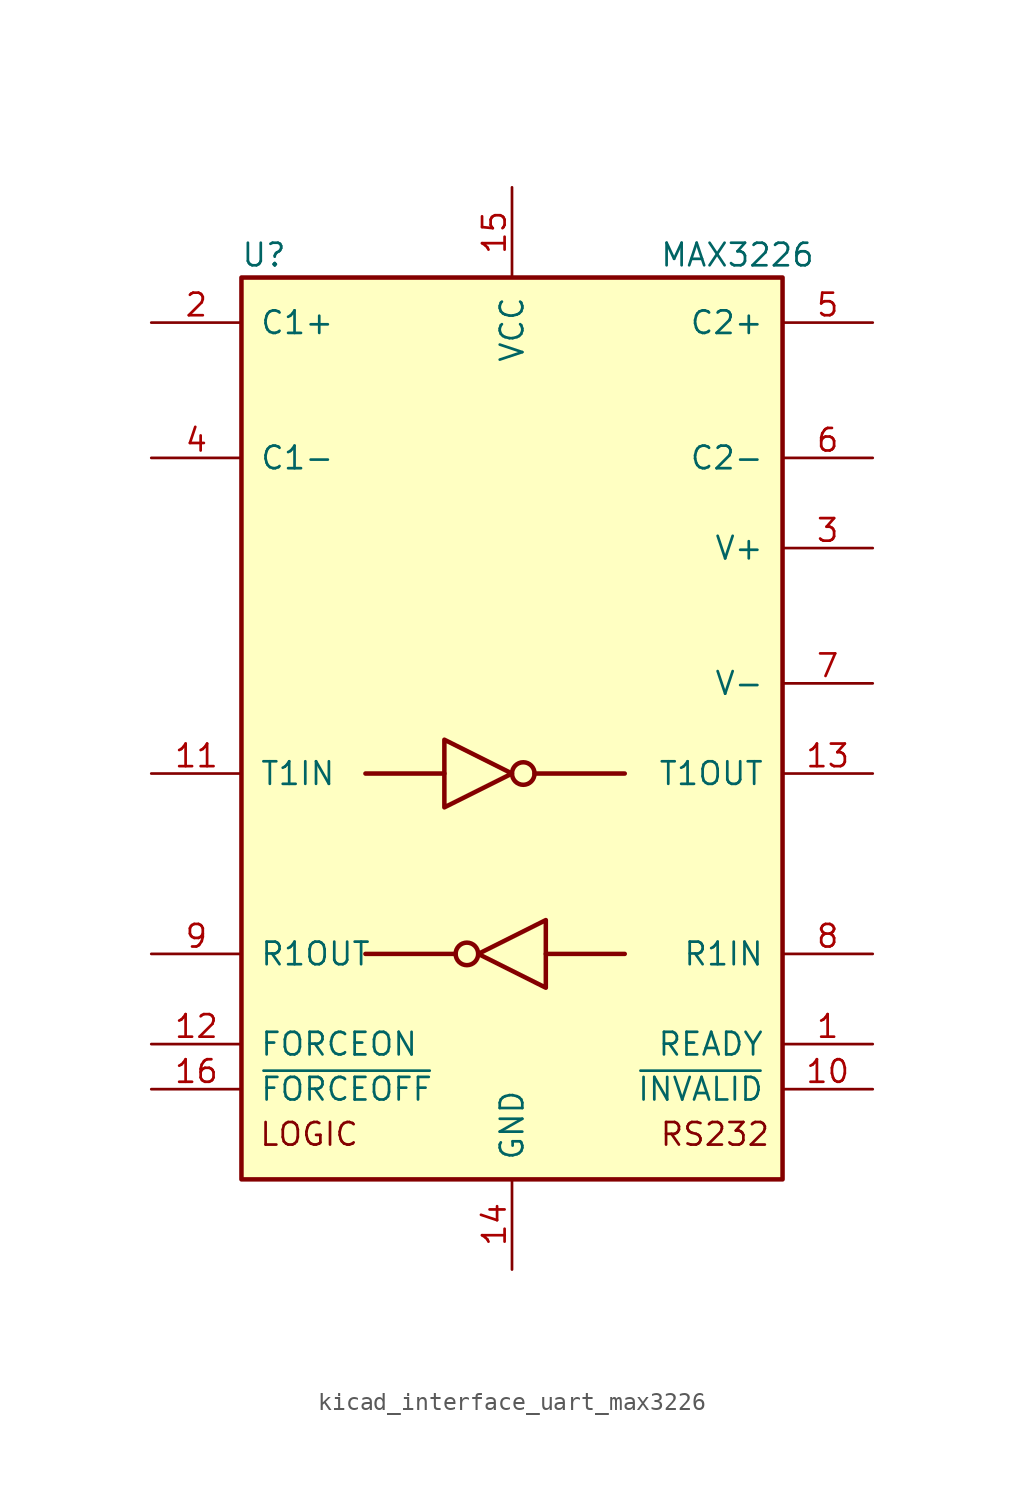
<source format=kicad_sym>
(kicad_symbol_lib
  (version 20220914)
  (generator kicad_symbol_editor)
  (symbol "kicad_interface_uart_max3226"
    (pin_names
      (offset 1.016))
    (property "Reference" "U"
      (at -13.97 26.67 0)
      (effects (font (size 1.27 1.27))))
    (property "Value" "MAX3226"
      (at 12.7 26.67 0)
      (effects (font (size 1.27 1.27))))
    (symbol "kicad_interface_uart_max3226_0_0"
      (text "LOGIC" (at -11.43 -22.86 0) (effects (font (size 1.27 1.27))))
      (text "RS232" (at 11.43 -22.86 0) (effects (font (size 1.27 1.27)))))
    (symbol "kicad_interface_uart_max3226_0_1"
      (rectangle (start -15.24 -25.4) (end 15.24 25.4) (stroke (width 0.254) (type default)) (fill (type background)))
      (circle (center -2.54 -12.7) (radius 0.635) (stroke (width 0.254) (type default)) (fill (type none)))
      (polyline (pts (xy -3.81 -2.54) (xy -8.255 -2.54)) (stroke (width 0.254) (type default)) (fill (type none)))
      (polyline (pts (xy -3.175 -12.7) (xy -8.255 -12.7)) (stroke (width 0.254) (type default)) (fill (type none)))
      (polyline (pts (xy 1.27 -2.54) (xy 6.35 -2.54)) (stroke (width 0.254) (type default)) (fill (type none)))
      (polyline (pts (xy 1.905 -12.7) (xy 6.35 -12.7)) (stroke (width 0.254) (type default)) (fill (type none)))
      (polyline (pts (xy -3.81 -0.635) (xy -3.81 -4.445) (xy 0 -2.54) (xy -3.81 -0.635)) (stroke (width 0.254) (type default)) (fill (type none)))
      (polyline (pts (xy 1.905 -10.795) (xy 1.905 -14.605) (xy -1.905 -12.7) (xy 1.905 -10.795)) (stroke (width 0.254) (type default)) (fill (type none)))
      (circle (center 0.635 -2.54) (radius 0.635) (stroke (width 0.254) (type default)) (fill (type none))))
    (symbol "kicad_interface_uart_max3226_1_1"
      (pin output line (at 20.32 -17.78 180) (length 5.08) (name "READY" (effects (font (size 1.27 1.27)))) (number "1" (effects (font (size 1.27 1.27)))))
      (pin output line (at 20.32 -20.32 180) (length 5.08) (name "~{INVALID}" (effects (font (size 1.27 1.27)))) (number "10" (effects (font (size 1.27 1.27)))))
      (pin input line (at -20.32 -2.54 0) (length 5.08) (name "T1IN" (effects (font (size 1.27 1.27)))) (number "11" (effects (font (size 1.27 1.27)))))
      (pin input line (at -20.32 -17.78 0) (length 5.08) (name "FORCEON" (effects (font (size 1.27 1.27)))) (number "12" (effects (font (size 1.27 1.27)))))
      (pin output line (at 20.32 -2.54 180) (length 5.08) (name "T1OUT" (effects (font (size 1.27 1.27)))) (number "13" (effects (font (size 1.27 1.27)))))
      (pin power_in line (at 0 -30.48 90) (length 5.08) (name "GND" (effects (font (size 1.27 1.27)))) (number "14" (effects (font (size 1.27 1.27)))))
      (pin power_in line (at 0 30.48 270) (length 5.08) (name "VCC" (effects (font (size 1.27 1.27)))) (number "15" (effects (font (size 1.27 1.27)))))
      (pin input line (at -20.32 -20.32 0) (length 5.08) (name "~{FORCEOFF}" (effects (font (size 1.27 1.27)))) (number "16" (effects (font (size 1.27 1.27)))))
      (pin passive line (at -20.32 22.86 0) (length 5.08) (name "C1+" (effects (font (size 1.27 1.27)))) (number "2" (effects (font (size 1.27 1.27)))))
      (pin power_out line (at 20.32 10.16 180) (length 5.08) (name "V+" (effects (font (size 1.27 1.27)))) (number "3" (effects (font (size 1.27 1.27)))))
      (pin passive line (at -20.32 15.24 0) (length 5.08) (name "C1-" (effects (font (size 1.27 1.27)))) (number "4" (effects (font (size 1.27 1.27)))))
      (pin passive line (at 20.32 22.86 180) (length 5.08) (name "C2+" (effects (font (size 1.27 1.27)))) (number "5" (effects (font (size 1.27 1.27)))))
      (pin passive line (at 20.32 15.24 180) (length 5.08) (name "C2-" (effects (font (size 1.27 1.27)))) (number "6" (effects (font (size 1.27 1.27)))))
      (pin power_out line (at 20.32 2.54 180) (length 5.08) (name "V-" (effects (font (size 1.27 1.27)))) (number "7" (effects (font (size 1.27 1.27)))))
      (pin input line (at 20.32 -12.7 180) (length 5.08) (name "R1IN" (effects (font (size 1.27 1.27)))) (number "8" (effects (font (size 1.27 1.27)))))
      (pin output line (at -20.32 -12.7 0) (length 5.08) (name "R1OUT" (effects (font (size 1.27 1.27)))) (number "9" (effects (font (size 1.27 1.27))))))))
</source>
